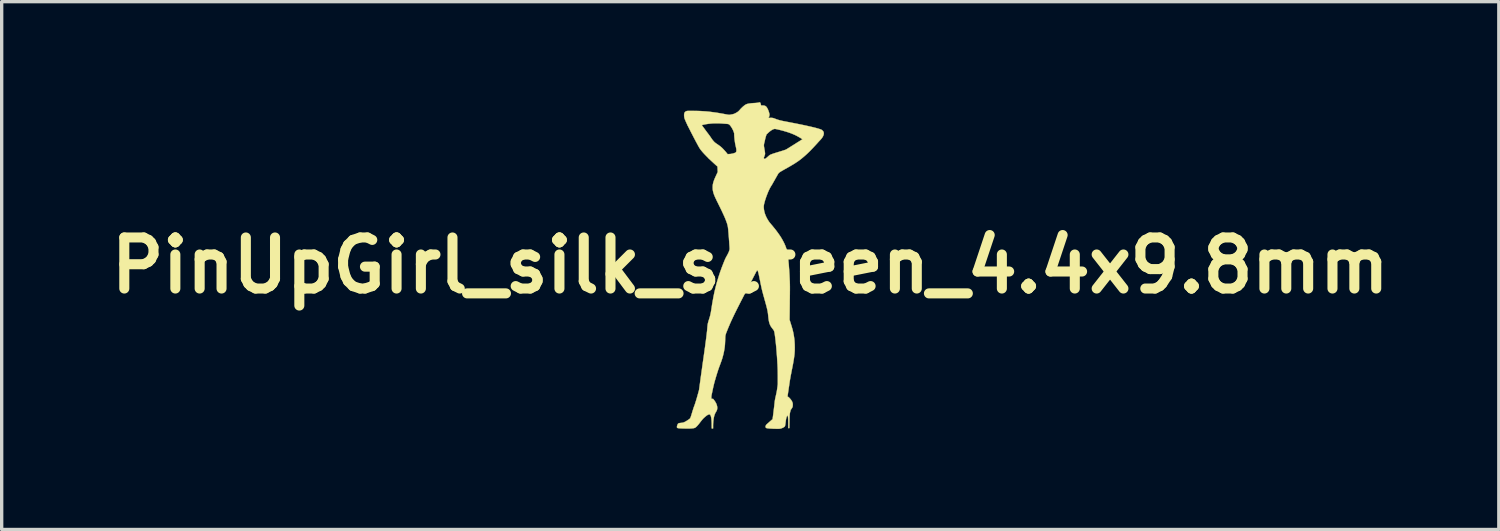
<source format=kicad_pcb>
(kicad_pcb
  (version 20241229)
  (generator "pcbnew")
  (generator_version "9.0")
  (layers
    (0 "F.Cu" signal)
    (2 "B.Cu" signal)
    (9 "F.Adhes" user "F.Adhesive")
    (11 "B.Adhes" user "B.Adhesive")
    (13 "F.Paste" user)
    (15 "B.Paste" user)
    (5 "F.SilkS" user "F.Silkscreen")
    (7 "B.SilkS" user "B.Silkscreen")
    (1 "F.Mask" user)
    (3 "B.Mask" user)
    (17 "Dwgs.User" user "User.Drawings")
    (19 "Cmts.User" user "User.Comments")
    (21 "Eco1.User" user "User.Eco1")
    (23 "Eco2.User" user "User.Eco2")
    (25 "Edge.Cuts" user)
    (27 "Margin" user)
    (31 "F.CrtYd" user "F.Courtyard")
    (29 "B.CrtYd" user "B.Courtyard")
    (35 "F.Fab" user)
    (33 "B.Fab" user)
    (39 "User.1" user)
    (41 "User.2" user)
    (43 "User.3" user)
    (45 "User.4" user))
  (footprint "PinUpGirl_silk_screen_4.4x9.8mm"
    (layer "F.Cu")
    (at 19.348 4.874)
    (property "Reference" "PinUpGirl_silk_screen_4.4x9.8mm" (at 0 0 0) (layer "F.SilkS") (effects (font (size 1.524 1.524) (thickness 0.3))))
    (attr through_hole)
    (fp_poly (pts (xy 0.279 -4.868) (xy 0.283 -4.866) (xy 0.29 -4.863) (xy 0.296 -4.86) (xy 0.3 -4.856) (xy 0.303 -4.85) (xy 0.306 -4.841) (xy 0.309 -4.828) (xy 0.31 -4.824) (xy 0.315 -4.806) (xy 0.319 -4.793) (xy 0.323 -4.783) (xy 0.327 -4.777) (xy 0.333 -4.773) (xy 0.339 -4.772) (xy 0.345 -4.773) (xy 0.366 -4.776) (xy 0.389 -4.775) (xy 0.411 -4.772) (xy 0.432 -4.767) (xy 0.45 -4.76) (xy 0.454 -4.757) (xy 0.471 -4.745) (xy 0.487 -4.727) (xy 0.502 -4.705) (xy 0.517 -4.677) (xy 0.527 -4.657) (xy 0.536 -4.636) (xy 0.544 -4.613) (xy 0.552 -4.59) (xy 0.56 -4.567) (xy 0.566 -4.545) (xy 0.57 -4.526) (xy 0.573 -4.511) (xy 0.573 -4.508) (xy 0.573 -4.492) (xy 0.57 -4.472) (xy 0.564 -4.449) (xy 0.555 -4.425) (xy 0.552 -4.415) (xy 0.549 -4.407) (xy 0.547 -4.402) (xy 0.547 -4.401) (xy 0.55 -4.401) (xy 0.555 -4.402) (xy 0.559 -4.403) (xy 0.565 -4.404) (xy 0.576 -4.405) (xy 0.589 -4.405) (xy 0.603 -4.406) (xy 0.612 -4.406) (xy 0.632 -4.406) (xy 0.648 -4.405) (xy 0.663 -4.403) (xy 0.678 -4.401) (xy 0.693 -4.397) (xy 0.71 -4.391) (xy 0.73 -4.384) (xy 0.744 -4.378) (xy 0.771 -4.368) (xy 0.798 -4.358) (xy 0.825 -4.349) (xy 0.852 -4.341) (xy 0.882 -4.333) (xy 0.913 -4.325) (xy 0.947 -4.317) (xy 0.985 -4.309) (xy 1.027 -4.301) (xy 1.034 -4.3) (xy 1.053 -4.296) (xy 1.076 -4.291) (xy 1.103 -4.286) (xy 1.132 -4.281) (xy 1.162 -4.275) (xy 1.194 -4.268) (xy 1.225 -4.262) (xy 1.256 -4.256) (xy 1.27 -4.254) (xy 1.355 -4.237) (xy 1.437 -4.221) (xy 1.514 -4.205) (xy 1.587 -4.19) (xy 1.656 -4.175) (xy 1.721 -4.161) (xy 1.781 -4.147) (xy 1.838 -4.134) (xy 1.889 -4.122) (xy 1.936 -4.11) (xy 1.979 -4.099) (xy 2.017 -4.088) (xy 2.05 -4.078) (xy 2.078 -4.069) (xy 2.102 -4.061) (xy 2.12 -4.053) (xy 2.129 -4.049) (xy 2.14 -4.042) (xy 2.151 -4.032) (xy 2.162 -4.021) (xy 2.172 -4.01) (xy 2.18 -4) (xy 2.182 -3.996) (xy 2.191 -3.974) (xy 2.195 -3.949) (xy 2.194 -3.924) (xy 2.188 -3.897) (xy 2.177 -3.868) (xy 2.162 -3.838) (xy 2.141 -3.807) (xy 2.116 -3.775) (xy 2.086 -3.741) (xy 2.081 -3.736) (xy 2.072 -3.727) (xy 2.061 -3.715) (xy 2.048 -3.701) (xy 2.033 -3.685) (xy 2.018 -3.668) (xy 2.002 -3.65) (xy 1.992 -3.639) (xy 1.937 -3.579) (xy 1.884 -3.522) (xy 1.834 -3.47) (xy 1.786 -3.42) (xy 1.739 -3.374) (xy 1.694 -3.331) (xy 1.65 -3.291) (xy 1.607 -3.253) (xy 1.564 -3.217) (xy 1.522 -3.182) (xy 1.503 -3.167) (xy 1.476 -3.147) (xy 1.449 -3.127) (xy 1.421 -3.107) (xy 1.392 -3.088) (xy 1.362 -3.068) (xy 1.331 -3.047) (xy 1.297 -3.026) (xy 1.26 -3.004) (xy 1.221 -2.981) (xy 1.179 -2.956) (xy 1.133 -2.93) (xy 1.083 -2.901) (xy 1.051 -2.884) (xy 1.017 -2.865) (xy 0.987 -2.848) (xy 0.962 -2.833) (xy 0.939 -2.82) (xy 0.92 -2.809) (xy 0.904 -2.799) (xy 0.89 -2.79) (xy 0.878 -2.782) (xy 0.869 -2.775) (xy 0.861 -2.768) (xy 0.854 -2.762) (xy 0.848 -2.757) (xy 0.845 -2.753) (xy 0.841 -2.747) (xy 0.835 -2.739) (xy 0.828 -2.727) (xy 0.82 -2.713) (xy 0.81 -2.696) (xy 0.798 -2.675) (xy 0.784 -2.65) (xy 0.768 -2.622) (xy 0.749 -2.589) (xy 0.745 -2.581) (xy 0.73 -2.553) (xy 0.714 -2.527) (xy 0.7 -2.501) (xy 0.686 -2.477) (xy 0.673 -2.454) (xy 0.662 -2.434) (xy 0.652 -2.417) (xy 0.644 -2.403) (xy 0.637 -2.393) (xy 0.634 -2.388) (xy 0.615 -2.358) (xy 0.595 -2.323) (xy 0.575 -2.285) (xy 0.555 -2.243) (xy 0.535 -2.199) (xy 0.516 -2.152) (xy 0.497 -2.104) (xy 0.479 -2.055) (xy 0.462 -2.006) (xy 0.446 -1.957) (xy 0.432 -1.91) (xy 0.42 -1.863) (xy 0.419 -1.861) (xy 0.412 -1.832) (xy 0.407 -1.806) (xy 0.404 -1.782) (xy 0.402 -1.758) (xy 0.402 -1.735) (xy 0.404 -1.71) (xy 0.407 -1.681) (xy 0.408 -1.671) (xy 0.417 -1.618) (xy 0.431 -1.564) (xy 0.45 -1.509) (xy 0.474 -1.454) (xy 0.502 -1.399) (xy 0.528 -1.355) (xy 0.537 -1.34) (xy 0.546 -1.327) (xy 0.554 -1.314) (xy 0.563 -1.302) (xy 0.572 -1.289) (xy 0.583 -1.276) (xy 0.596 -1.26) (xy 0.611 -1.242) (xy 0.628 -1.221) (xy 0.629 -1.22) (xy 0.651 -1.195) (xy 0.669 -1.173) (xy 0.685 -1.153) (xy 0.699 -1.136) (xy 0.712 -1.12) (xy 0.725 -1.105) (xy 0.736 -1.09) (xy 0.748 -1.075) (xy 0.759 -1.062) (xy 0.811 -0.992) (xy 0.86 -0.924) (xy 0.905 -0.857) (xy 0.945 -0.791) (xy 0.981 -0.726) (xy 1.013 -0.664) (xy 1.04 -0.603) (xy 1.063 -0.544) (xy 1.082 -0.487) (xy 1.083 -0.483) (xy 1.092 -0.45) (xy 1.1 -0.412) (xy 1.108 -0.37) (xy 1.116 -0.323) (xy 1.123 -0.271) (xy 1.13 -0.215) (xy 1.137 -0.155) (xy 1.143 -0.09) (xy 1.15 -0.021) (xy 1.155 0.052) (xy 1.161 0.128) (xy 1.166 0.209) (xy 1.171 0.293) (xy 1.175 0.38) (xy 1.177 0.428) (xy 1.178 0.449) (xy 1.179 0.468) (xy 1.18 0.487) (xy 1.18 0.505) (xy 1.181 0.523) (xy 1.181 0.541) (xy 1.182 0.559) (xy 1.182 0.578) (xy 1.182 0.598) (xy 1.183 0.619) (xy 1.183 0.641) (xy 1.183 0.665) (xy 1.183 0.691) (xy 1.183 0.719) (xy 1.183 0.75) (xy 1.182 0.783) (xy 1.182 0.82) (xy 1.182 0.86) (xy 1.181 0.904) (xy 1.181 0.951) (xy 1.18 1.003) (xy 1.179 1.059) (xy 1.179 1.12) (xy 1.179 1.127) (xy 1.173 1.622) (xy 1.206 1.728) (xy 1.219 1.77) (xy 1.231 1.807) (xy 1.241 1.842) (xy 1.25 1.873) (xy 1.259 1.902) (xy 1.266 1.929) (xy 1.272 1.955) (xy 1.278 1.981) (xy 1.284 2.006) (xy 1.289 2.032) (xy 1.294 2.06) (xy 1.297 2.074) (xy 1.306 2.132) (xy 1.314 2.189) (xy 1.32 2.245) (xy 1.324 2.302) (xy 1.327 2.361) (xy 1.328 2.423) (xy 1.329 2.453) (xy 1.328 2.486) (xy 1.328 2.517) (xy 1.327 2.548) (xy 1.325 2.579) (xy 1.323 2.61) (xy 1.321 2.642) (xy 1.317 2.674) (xy 1.313 2.708) (xy 1.308 2.744) (xy 1.303 2.782) (xy 1.296 2.822) (xy 1.289 2.865) (xy 1.281 2.912) (xy 1.272 2.962) (xy 1.261 3.016) (xy 1.25 3.074) (xy 1.243 3.107) (xy 1.235 3.149) (xy 1.227 3.188) (xy 1.221 3.222) (xy 1.215 3.253) (xy 1.209 3.281) (xy 1.204 3.308) (xy 1.2 3.332) (xy 1.196 3.355) (xy 1.192 3.378) (xy 1.188 3.401) (xy 1.184 3.425) (xy 1.18 3.449) (xy 1.176 3.475) (xy 1.172 3.504) (xy 1.167 3.535) (xy 1.163 3.561) (xy 1.159 3.593) (xy 1.154 3.625) (xy 1.149 3.658) (xy 1.144 3.691) (xy 1.14 3.722) (xy 1.135 3.752) (xy 1.131 3.778) (xy 1.128 3.801) (xy 1.127 3.811) (xy 1.123 3.833) (xy 1.12 3.853) (xy 1.118 3.87) (xy 1.116 3.885) (xy 1.114 3.897) (xy 1.113 3.905) (xy 1.113 3.909) (xy 1.113 3.909) (xy 1.115 3.913) (xy 1.121 3.917) (xy 1.127 3.921) (xy 1.14 3.929) (xy 1.154 3.941) (xy 1.169 3.956) (xy 1.185 3.973) (xy 1.201 3.992) (xy 1.216 4.011) (xy 1.229 4.031) (xy 1.241 4.05) (xy 1.25 4.067) (xy 1.253 4.075) (xy 1.259 4.09) (xy 1.263 4.103) (xy 1.266 4.115) (xy 1.268 4.126) (xy 1.269 4.14) (xy 1.269 4.157) (xy 1.269 4.161) (xy 1.268 4.181) (xy 1.267 4.198) (xy 1.265 4.212) (xy 1.261 4.225) (xy 1.255 4.238) (xy 1.252 4.246) (xy 1.248 4.252) (xy 1.242 4.262) (xy 1.235 4.273) (xy 1.227 4.285) (xy 1.219 4.296) (xy 1.212 4.305) (xy 1.211 4.306) (xy 1.209 4.311) (xy 1.205 4.321) (xy 1.201 4.334) (xy 1.197 4.349) (xy 1.193 4.366) (xy 1.188 4.385) (xy 1.185 4.403) (xy 1.181 4.42) (xy 1.18 4.432) (xy 1.178 4.448) (xy 1.177 4.467) (xy 1.175 4.489) (xy 1.174 4.516) (xy 1.173 4.546) (xy 1.172 4.581) (xy 1.171 4.62) (xy 1.17 4.663) (xy 1.169 4.712) (xy 1.169 4.727) (xy 1.167 4.856) (xy 1.151 4.856) (xy 1.135 4.857) (xy 1.135 4.762) (xy 1.135 4.727) (xy 1.135 4.693) (xy 1.134 4.661) (xy 1.134 4.631) (xy 1.133 4.604) (xy 1.131 4.58) (xy 1.13 4.56) (xy 1.129 4.544) (xy 1.128 4.537) (xy 1.126 4.523) (xy 1.124 4.509) (xy 1.121 4.496) (xy 1.119 4.484) (xy 1.117 4.476) (xy 1.116 4.472) (xy 1.115 4.471) (xy 1.113 4.473) (xy 1.11 4.479) (xy 1.105 4.487) (xy 1.099 4.497) (xy 1.098 4.498) (xy 1.092 4.509) (xy 1.087 4.519) (xy 1.083 4.529) (xy 1.079 4.541) (xy 1.075 4.553) (xy 1.072 4.568) (xy 1.069 4.585) (xy 1.065 4.605) (xy 1.062 4.629) (xy 1.058 4.657) (xy 1.056 4.676) (xy 1.052 4.704) (xy 1.049 4.728) (xy 1.046 4.747) (xy 1.044 4.763) (xy 1.041 4.775) (xy 1.039 4.786) (xy 1.036 4.793) (xy 1.034 4.8) (xy 1.031 4.805) (xy 1.027 4.809) (xy 1.023 4.813) (xy 1.019 4.817) (xy 1.004 4.828) (xy 0.985 4.839) (xy 0.963 4.85) (xy 0.939 4.859) (xy 0.914 4.867) (xy 0.89 4.873) (xy 0.879 4.875) (xy 0.87 4.876) (xy 0.857 4.876) (xy 0.841 4.877) (xy 0.821 4.877) (xy 0.8 4.877) (xy 0.776 4.877) (xy 0.752 4.876) (xy 0.728 4.876) (xy 0.704 4.875) (xy 0.697 4.875) (xy 0.665 4.873) (xy 0.633 4.871) (xy 0.604 4.87) (xy 0.576 4.868) (xy 0.551 4.865) (xy 0.53 4.863) (xy 0.512 4.861) (xy 0.498 4.859) (xy 0.49 4.857) (xy 0.475 4.851) (xy 0.464 4.841) (xy 0.458 4.83) (xy 0.455 4.815) (xy 0.456 4.811) (xy 0.458 4.797) (xy 0.464 4.781) (xy 0.471 4.767) (xy 0.479 4.756) (xy 0.482 4.752) (xy 0.489 4.746) (xy 0.499 4.737) (xy 0.511 4.726) (xy 0.525 4.713) (xy 0.542 4.699) (xy 0.559 4.683) (xy 0.576 4.668) (xy 0.667 4.588) (xy 0.674 4.535) (xy 0.679 4.498) (xy 0.684 4.46) (xy 0.689 4.421) (xy 0.694 4.382) (xy 0.698 4.343) (xy 0.703 4.306) (xy 0.707 4.271) (xy 0.711 4.238) (xy 0.715 4.208) (xy 0.718 4.181) (xy 0.72 4.159) (xy 0.721 4.148) (xy 0.725 4.117) (xy 0.728 4.091) (xy 0.73 4.067) (xy 0.733 4.046) (xy 0.736 4.027) (xy 0.739 4.008) (xy 0.743 3.988) (xy 0.747 3.968) (xy 0.752 3.945) (xy 0.758 3.919) (xy 0.764 3.889) (xy 0.765 3.888) (xy 0.772 3.855) (xy 0.778 3.826) (xy 0.784 3.8) (xy 0.789 3.775) (xy 0.793 3.752) (xy 0.797 3.728) (xy 0.801 3.703) (xy 0.805 3.676) (xy 0.809 3.646) (xy 0.814 3.612) (xy 0.815 3.603) (xy 0.822 3.547) (xy 0.822 3.352) (xy 0.822 3.311) (xy 0.822 3.274) (xy 0.821 3.241) (xy 0.821 3.21) (xy 0.821 3.182) (xy 0.82 3.155) (xy 0.82 3.128) (xy 0.819 3.102) (xy 0.818 3.074) (xy 0.817 3.045) (xy 0.815 3.014) (xy 0.814 2.979) (xy 0.812 2.94) (xy 0.811 2.938) (xy 0.808 2.876) (xy 0.804 2.812) (xy 0.8 2.747) (xy 0.795 2.681) (xy 0.79 2.615) (xy 0.785 2.551) (xy 0.78 2.488) (xy 0.775 2.429) (xy 0.769 2.373) (xy 0.767 2.352) (xy 0.761 2.293) (xy 0.755 2.239) (xy 0.749 2.19) (xy 0.744 2.145) (xy 0.738 2.105) (xy 0.734 2.071) (xy 0.729 2.041) (xy 0.725 2.015) (xy 0.721 1.995) (xy 0.718 1.98) (xy 0.716 1.975) (xy 0.712 1.963) (xy 0.708 1.952) (xy 0.703 1.942) (xy 0.697 1.931) (xy 0.689 1.919) (xy 0.678 1.905) (xy 0.665 1.889) (xy 0.659 1.88) (xy 0.64 1.856) (xy 0.624 1.833) (xy 0.609 1.81) (xy 0.597 1.786) (xy 0.586 1.762) (xy 0.576 1.736) (xy 0.568 1.708) (xy 0.56 1.678) (xy 0.554 1.645) (xy 0.548 1.608) (xy 0.543 1.568) (xy 0.538 1.523) (xy 0.537 1.513) (xy 0.534 1.484) (xy 0.531 1.456) (xy 0.528 1.43) (xy 0.524 1.404) (xy 0.52 1.378) (xy 0.515 1.351) (xy 0.509 1.323) (xy 0.502 1.294) (xy 0.495 1.263) (xy 0.486 1.228) (xy 0.476 1.191) (xy 0.465 1.151) (xy 0.453 1.106) (xy 0.447 1.085) (xy 0.433 1.036) (xy 0.421 0.992) (xy 0.41 0.951) (xy 0.399 0.914) (xy 0.39 0.881) (xy 0.382 0.85) (xy 0.374 0.821) (xy 0.367 0.793) (xy 0.36 0.768) (xy 0.354 0.743) (xy 0.348 0.718) (xy 0.342 0.693) (xy 0.337 0.668) (xy 0.331 0.642) (xy 0.325 0.614) (xy 0.319 0.585) (xy 0.312 0.553) (xy 0.305 0.518) (xy 0.298 0.48) (xy 0.292 0.452) (xy 0.283 0.409) (xy 0.275 0.371) (xy 0.269 0.338) (xy 0.262 0.308) (xy 0.257 0.282) (xy 0.252 0.259) (xy 0.247 0.24) (xy 0.243 0.223) (xy 0.239 0.209) (xy 0.236 0.196) (xy 0.233 0.186) (xy 0.232 0.184) (xy 0.227 0.171) (xy 0.224 0.161) (xy 0.221 0.155) (xy 0.217 0.152) (xy 0.214 0.15) (xy 0.21 0.15) (xy 0.202 0.151) (xy 0.198 0.154) (xy 0.196 0.156) (xy 0.194 0.159) (xy 0.192 0.164) (xy 0.188 0.17) (xy 0.184 0.178) (xy 0.178 0.188) (xy 0.171 0.201) (xy 0.163 0.216) (xy 0.154 0.234) (xy 0.143 0.255) (xy 0.13 0.28) (xy 0.116 0.308) (xy 0.099 0.339) (xy 0.081 0.375) (xy 0.061 0.414) (xy 0.046 0.443) (xy 0.027 0.479) (xy 0.008 0.517) (xy -0.013 0.556) (xy -0.034 0.597) (xy -0.055 0.638) (xy -0.076 0.678) (xy -0.096 0.717) (xy -0.115 0.754) (xy -0.133 0.788) (xy -0.148 0.818) (xy -0.15 0.821) (xy -0.196 0.908) (xy -0.239 0.992) (xy -0.28 1.071) (xy -0.318 1.146) (xy -0.354 1.217) (xy -0.388 1.284) (xy -0.42 1.348) (xy -0.45 1.408) (xy -0.478 1.465) (xy -0.503 1.518) (xy -0.527 1.568) (xy -0.549 1.616) (xy -0.57 1.66) (xy -0.582 1.688) (xy -0.595 1.716) (xy -0.608 1.746) (xy -0.621 1.777) (xy -0.634 1.808) (xy -0.648 1.84) (xy -0.661 1.872) (xy -0.674 1.903) (xy -0.685 1.932) (xy -0.696 1.959) (xy -0.706 1.984) (xy -0.715 2.006) (xy -0.722 2.025) (xy -0.727 2.04) (xy -0.728 2.042) (xy -0.732 2.057) (xy -0.736 2.07) (xy -0.739 2.082) (xy -0.742 2.094) (xy -0.744 2.106) (xy -0.745 2.12) (xy -0.746 2.136) (xy -0.747 2.154) (xy -0.748 2.176) (xy -0.749 2.202) (xy -0.749 2.215) (xy -0.751 2.263) (xy -0.753 2.307) (xy -0.755 2.348) (xy -0.758 2.387) (xy -0.762 2.425) (xy -0.767 2.462) (xy -0.773 2.501) (xy -0.778 2.528) (xy -0.785 2.57) (xy -0.794 2.611) (xy -0.803 2.651) (xy -0.813 2.691) (xy -0.824 2.732) (xy -0.836 2.774) (xy -0.85 2.818) (xy -0.866 2.864) (xy -0.884 2.914) (xy -0.904 2.967) (xy -0.909 2.982) (xy -0.934 3.048) (xy -0.958 3.117) (xy -0.981 3.189) (xy -1.005 3.265) (xy -1.029 3.345) (xy -1.041 3.387) (xy -1.05 3.418) (xy -1.058 3.445) (xy -1.065 3.47) (xy -1.071 3.493) (xy -1.077 3.514) (xy -1.082 3.535) (xy -1.087 3.556) (xy -1.092 3.577) (xy -1.098 3.599) (xy -1.103 3.623) (xy -1.109 3.649) (xy -1.115 3.678) (xy -1.122 3.711) (xy -1.13 3.748) (xy -1.132 3.756) (xy -1.138 3.786) (xy -1.143 3.812) (xy -1.148 3.834) (xy -1.152 3.852) (xy -1.155 3.867) (xy -1.157 3.88) (xy -1.159 3.89) (xy -1.16 3.899) (xy -1.161 3.907) (xy -1.161 3.914) (xy -1.162 3.921) (xy -1.162 3.928) (xy -1.162 3.931) (xy -1.162 3.948) (xy -1.161 3.96) (xy -1.159 3.969) (xy -1.156 3.976) (xy -1.152 3.982) (xy -1.144 3.987) (xy -1.135 3.988) (xy -1.125 3.983) (xy -1.125 3.983) (xy -1.122 3.981) (xy -1.119 3.979) (xy -1.116 3.98) (xy -1.112 3.982) (xy -1.107 3.988) (xy -1.1 3.996) (xy -1.091 4.007) (xy -1.089 4.01) (xy -1.06 4.048) (xy -1.036 4.086) (xy -1.016 4.124) (xy -1.002 4.16) (xy -0.992 4.196) (xy -0.986 4.231) (xy -0.986 4.25) (xy -0.987 4.277) (xy -0.991 4.302) (xy -0.999 4.325) (xy -1.01 4.349) (xy -1.023 4.372) (xy -1.03 4.383) (xy -1.037 4.395) (xy -1.043 4.405) (xy -1.045 4.41) (xy -1.059 4.441) (xy -1.071 4.476) (xy -1.082 4.516) (xy -1.091 4.56) (xy -1.098 4.607) (xy -1.104 4.658) (xy -1.108 4.712) (xy -1.11 4.769) (xy -1.11 4.806) (xy -1.11 4.867) (xy -1.13 4.867) (xy -1.15 4.866) (xy -1.152 4.766) (xy -1.152 4.718) (xy -1.154 4.675) (xy -1.156 4.636) (xy -1.159 4.602) (xy -1.162 4.571) (xy -1.166 4.545) (xy -1.171 4.521) (xy -1.176 4.501) (xy -1.182 4.484) (xy -1.187 4.473) (xy -1.194 4.461) (xy -1.201 4.453) (xy -1.209 4.449) (xy -1.219 4.447) (xy -1.224 4.447) (xy -1.238 4.449) (xy -1.252 4.453) (xy -1.268 4.461) (xy -1.286 4.471) (xy -1.306 4.485) (xy -1.329 4.503) (xy -1.354 4.524) (xy -1.375 4.543) (xy -1.39 4.557) (xy -1.404 4.571) (xy -1.418 4.586) (xy -1.432 4.602) (xy -1.447 4.62) (xy -1.464 4.641) (xy -1.475 4.656) (xy -1.487 4.671) (xy -1.499 4.686) (xy -1.51 4.701) (xy -1.52 4.714) (xy -1.527 4.723) (xy -1.546 4.746) (xy -1.565 4.768) (xy -1.583 4.789) (xy -1.601 4.807) (xy -1.617 4.822) (xy -1.632 4.835) (xy -1.645 4.843) (xy -1.649 4.845) (xy -1.663 4.851) (xy -1.68 4.856) (xy -1.701 4.86) (xy -1.727 4.863) (xy -1.756 4.866) (xy -1.79 4.868) (xy -1.828 4.869) (xy -1.87 4.869) (xy -1.918 4.869) (xy -1.927 4.869) (xy -1.969 4.868) (xy -2.007 4.867) (xy -2.04 4.866) (xy -2.069 4.865) (xy -2.094 4.863) (xy -2.115 4.862) (xy -2.133 4.86) (xy -2.148 4.858) (xy -2.16 4.856) (xy -2.17 4.853) (xy -2.177 4.85) (xy -2.182 4.846) (xy -2.186 4.842) (xy -2.187 4.839) (xy -2.189 4.829) (xy -2.189 4.817) (xy -2.187 4.801) (xy -2.183 4.784) (xy -2.177 4.767) (xy -2.17 4.75) (xy -2.167 4.743) (xy -2.162 4.733) (xy -2.156 4.725) (xy -2.149 4.719) (xy -2.14 4.714) (xy -2.129 4.71) (xy -2.115 4.707) (xy -2.097 4.704) (xy -2.076 4.702) (xy -2.065 4.701) (xy -2.041 4.698) (xy -2.021 4.695) (xy -2.003 4.691) (xy -1.987 4.686) (xy -1.97 4.679) (xy -1.952 4.67) (xy -1.946 4.668) (xy -1.929 4.658) (xy -1.91 4.647) (xy -1.891 4.635) (xy -1.872 4.623) (xy -1.854 4.611) (xy -1.837 4.6) (xy -1.823 4.589) (xy -1.811 4.58) (xy -1.803 4.573) (xy -1.801 4.57) (xy -1.796 4.564) (xy -1.792 4.557) (xy -1.788 4.549) (xy -1.783 4.538) (xy -1.778 4.525) (xy -1.772 4.509) (xy -1.766 4.49) (xy -1.759 4.466) (xy -1.75 4.439) (xy -1.746 4.426) (xy -1.734 4.385) (xy -1.723 4.348) (xy -1.712 4.315) (xy -1.703 4.286) (xy -1.695 4.261) (xy -1.688 4.239) (xy -1.681 4.22) (xy -1.675 4.204) (xy -1.675 4.204) (xy -1.665 4.179) (xy -1.655 4.15) (xy -1.644 4.116) (xy -1.632 4.078) (xy -1.619 4.037) (xy -1.605 3.991) (xy -1.591 3.942) (xy -1.576 3.89) (xy -1.561 3.836) (xy -1.545 3.778) (xy -1.545 3.777) (xy -1.529 3.72) (xy -1.486 3.404) (xy -1.48 3.358) (xy -1.473 3.308) (xy -1.466 3.257) (xy -1.458 3.204) (xy -1.451 3.15) (xy -1.443 3.096) (xy -1.436 3.042) (xy -1.429 2.991) (xy -1.422 2.941) (xy -1.415 2.894) (xy -1.409 2.851) (xy -1.405 2.822) (xy -1.392 2.736) (xy -1.381 2.654) (xy -1.37 2.577) (xy -1.36 2.504) (xy -1.35 2.436) (xy -1.342 2.373) (xy -1.334 2.313) (xy -1.326 2.258) (xy -1.32 2.206) (xy -1.313 2.158) (xy -1.308 2.113) (xy -1.303 2.072) (xy -1.298 2.035) (xy -1.295 2) (xy -1.291 1.968) (xy -1.288 1.94) (xy -1.286 1.913) (xy -1.284 1.89) (xy -1.284 1.889) (xy -1.281 1.853) (xy -1.278 1.822) (xy -1.275 1.795) (xy -1.272 1.769) (xy -1.268 1.745) (xy -1.263 1.722) (xy -1.257 1.698) (xy -1.25 1.673) (xy -1.242 1.646) (xy -1.232 1.616) (xy -1.231 1.611) (xy -1.22 1.577) (xy -1.21 1.544) (xy -1.201 1.512) (xy -1.193 1.479) (xy -1.186 1.446) (xy -1.178 1.411) (xy -1.172 1.374) (xy -1.165 1.333) (xy -1.158 1.288) (xy -1.156 1.275) (xy -1.152 1.251) (xy -1.148 1.224) (xy -1.144 1.196) (xy -1.14 1.17) (xy -1.136 1.145) (xy -1.132 1.123) (xy -1.131 1.119) (xy -1.103 0.961) (xy -1.072 0.807) (xy -1.036 0.655) (xy -0.996 0.504) (xy -0.952 0.356) (xy -0.903 0.208) (xy -0.85 0.06) (xy -0.792 -0.087) (xy -0.776 -0.127) (xy -0.766 -0.152) (xy -0.757 -0.173) (xy -0.749 -0.191) (xy -0.742 -0.207) (xy -0.734 -0.222) (xy -0.727 -0.236) (xy -0.719 -0.252) (xy -0.71 -0.269) (xy -0.706 -0.274) (xy -0.687 -0.309) (xy -0.671 -0.34) (xy -0.657 -0.368) (xy -0.645 -0.393) (xy -0.636 -0.416) (xy -0.629 -0.436) (xy -0.623 -0.455) (xy -0.619 -0.472) (xy -0.616 -0.489) (xy -0.616 -0.493) (xy -0.616 -0.498) (xy -0.616 -0.509) (xy -0.617 -0.523) (xy -0.618 -0.541) (xy -0.619 -0.563) (xy -0.621 -0.588) (xy -0.623 -0.616) (xy -0.625 -0.646) (xy -0.627 -0.678) (xy -0.629 -0.712) (xy -0.632 -0.747) (xy -0.635 -0.782) (xy -0.637 -0.818) (xy -0.64 -0.854) (xy -0.643 -0.89) (xy -0.646 -0.925) (xy -0.648 -0.958) (xy -0.651 -0.99) (xy -0.654 -1.021) (xy -0.656 -1.048) (xy -0.658 -1.074) (xy -0.661 -1.095) (xy -0.664 -1.124) (xy -0.668 -1.15) (xy -0.672 -1.175) (xy -0.678 -1.199) (xy -0.685 -1.225) (xy -0.693 -1.253) (xy -0.701 -1.276) (xy -0.711 -1.304) (xy -0.721 -1.332) (xy -0.733 -1.362) (xy -0.745 -1.394) (xy -0.759 -1.427) (xy -0.774 -1.462) (xy -0.791 -1.499) (xy -0.809 -1.539) (xy -0.829 -1.581) (xy -0.85 -1.627) (xy -0.874 -1.676) (xy -0.899 -1.728) (xy -0.927 -1.784) (xy -0.957 -1.845) (xy -0.973 -1.879) (xy -0.995 -1.921) (xy -1.013 -1.96) (xy -1.03 -1.995) (xy -1.045 -2.027) (xy -1.058 -2.056) (xy -1.069 -2.083) (xy -1.079 -2.108) (xy -1.088 -2.131) (xy -1.095 -2.154) (xy -1.101 -2.175) (xy -1.107 -2.197) (xy -1.112 -2.218) (xy -1.116 -2.24) (xy -1.117 -2.243) (xy -1.119 -2.257) (xy -1.12 -2.276) (xy -1.121 -2.297) (xy -1.122 -2.319) (xy -1.122 -2.342) (xy -1.121 -2.365) (xy -1.12 -2.386) (xy -1.118 -2.403) (xy -1.117 -2.415) (xy -1.112 -2.438) (xy -1.107 -2.46) (xy -1.101 -2.483) (xy -1.094 -2.506) (xy -1.086 -2.53) (xy -1.076 -2.556) (xy -1.065 -2.584) (xy -1.052 -2.614) (xy -1.037 -2.647) (xy -1.02 -2.684) (xy -1.007 -2.713) (xy -0.971 -2.788) (xy -0.979 -2.953) (xy -1.028 -2.996) (xy -1.083 -3.046) (xy -1.137 -3.096) (xy -1.188 -3.143) (xy -1.236 -3.189) (xy -1.258 -3.212) (xy 0.404 -3.212) (xy 0.404 -3.201) (xy 0.408 -3.192) (xy 0.412 -3.188) (xy 0.417 -3.183) (xy 0.422 -3.181) (xy 0.428 -3.181) (xy 0.432 -3.181) (xy 0.441 -3.183) (xy 0.45 -3.187) (xy 0.462 -3.194) (xy 0.462 -3.194) (xy 0.469 -3.199) (xy 0.479 -3.207) (xy 0.491 -3.217) (xy 0.504 -3.228) (xy 0.517 -3.24) (xy 0.52 -3.242) (xy 0.533 -3.254) (xy 0.546 -3.265) (xy 0.557 -3.275) (xy 0.567 -3.283) (xy 0.574 -3.289) (xy 0.575 -3.29) (xy 0.585 -3.297) (xy 0.599 -3.304) (xy 0.615 -3.311) (xy 0.635 -3.319) (xy 0.659 -3.328) (xy 0.681 -3.336) (xy 0.69 -3.339) (xy 0.7 -3.342) (xy 0.711 -3.346) (xy 0.722 -3.349) (xy 0.735 -3.353) (xy 0.75 -3.358) (xy 0.767 -3.363) (xy 0.786 -3.369) (xy 0.809 -3.376) (xy 0.835 -3.384) (xy 0.865 -3.393) (xy 0.899 -3.404) (xy 0.913 -3.408) (xy 0.936 -3.415) (xy 0.958 -3.422) (xy 0.981 -3.429) (xy 1.002 -3.436) (xy 1.021 -3.443) (xy 1.038 -3.448) (xy 1.052 -3.453) (xy 1.062 -3.457) (xy 1.066 -3.458) (xy 1.07 -3.461) (xy 1.078 -3.466) (xy 1.09 -3.473) (xy 1.105 -3.482) (xy 1.122 -3.492) (xy 1.142 -3.505) (xy 1.164 -3.518) (xy 1.187 -3.533) (xy 1.211 -3.548) (xy 1.219 -3.553) (xy 1.247 -3.571) (xy 1.277 -3.589) (xy 1.307 -3.608) (xy 1.337 -3.627) (xy 1.367 -3.646) (xy 1.395 -3.664) (xy 1.421 -3.68) (xy 1.444 -3.694) (xy 1.457 -3.702) (xy 1.477 -3.715) (xy 1.496 -3.727) (xy 1.513 -3.737) (xy 1.527 -3.747) (xy 1.539 -3.754) (xy 1.548 -3.76) (xy 1.554 -3.764) (xy 1.556 -3.765) (xy 1.555 -3.767) (xy 1.55 -3.772) (xy 1.541 -3.778) (xy 1.53 -3.786) (xy 1.515 -3.795) (xy 1.499 -3.806) (xy 1.48 -3.817) (xy 1.459 -3.828) (xy 1.438 -3.841) (xy 1.416 -3.853) (xy 1.394 -3.865) (xy 1.372 -3.876) (xy 1.351 -3.887) (xy 1.349 -3.888) (xy 1.298 -3.911) (xy 1.243 -3.934) (xy 1.183 -3.957) (xy 1.118 -3.979) (xy 1.05 -4) (xy 0.977 -4.021) (xy 0.901 -4.041) (xy 0.893 -4.043) (xy 0.859 -4.051) (xy 0.83 -4.058) (xy 0.805 -4.064) (xy 0.784 -4.068) (xy 0.766 -4.072) (xy 0.752 -4.074) (xy 0.741 -4.076) (xy 0.732 -4.076) (xy 0.727 -4.076) (xy 0.706 -4.072) (xy 0.683 -4.064) (xy 0.657 -4.051) (xy 0.63 -4.035) (xy 0.602 -4.015) (xy 0.572 -3.992) (xy 0.541 -3.965) (xy 0.517 -3.942) (xy 0.484 -3.91) (xy 0.472 -3.872) (xy 0.463 -3.843) (xy 0.456 -3.819) (xy 0.45 -3.797) (xy 0.445 -3.776) (xy 0.441 -3.757) (xy 0.439 -3.751) (xy 0.437 -3.736) (xy 0.433 -3.719) (xy 0.43 -3.704) (xy 0.427 -3.696) (xy 0.422 -3.675) (xy 0.418 -3.658) (xy 0.414 -3.644) (xy 0.412 -3.633) (xy 0.41 -3.624) (xy 0.409 -3.615) (xy 0.408 -3.607) (xy 0.408 -3.597) (xy 0.407 -3.594) (xy 0.407 -3.587) (xy 0.407 -3.581) (xy 0.407 -3.575) (xy 0.407 -3.569) (xy 0.408 -3.562) (xy 0.409 -3.554) (xy 0.41 -3.543) (xy 0.412 -3.531) (xy 0.415 -3.515) (xy 0.418 -3.496) (xy 0.422 -3.473) (xy 0.425 -3.457) (xy 0.43 -3.43) (xy 0.434 -3.406) (xy 0.437 -3.383) (xy 0.439 -3.363) (xy 0.441 -3.346) (xy 0.441 -3.333) (xy 0.441 -3.327) (xy 0.439 -3.315) (xy 0.434 -3.299) (xy 0.428 -3.28) (xy 0.42 -3.258) (xy 0.413 -3.241) (xy 0.407 -3.225) (xy 0.404 -3.212) (xy -1.258 -3.212) (xy -1.281 -3.234) (xy -1.323 -3.277) (xy -1.362 -3.317) (xy -1.398 -3.356) (xy -1.43 -3.392) (xy -1.458 -3.426) (xy -1.483 -3.457) (xy -1.503 -3.486) (xy -1.507 -3.492) (xy -1.514 -3.502) (xy -1.523 -3.517) (xy -1.534 -3.536) (xy -1.547 -3.559) (xy -1.561 -3.584) (xy -1.576 -3.613) (xy -1.593 -3.644) (xy -1.611 -3.677) (xy -1.63 -3.712) (xy -1.649 -3.749) (xy -1.669 -3.787) (xy -1.69 -3.826) (xy -1.71 -3.866) (xy -1.731 -3.906) (xy -1.751 -3.945) (xy -1.772 -3.985) (xy -1.791 -4.023) (xy -1.81 -4.061) (xy -1.829 -4.097) (xy -1.846 -4.131) (xy -1.862 -4.164) (xy -1.875 -4.19) (xy -1.448 -4.19) (xy -1.446 -4.188) (xy -1.442 -4.182) (xy -1.436 -4.172) (xy -1.427 -4.16) (xy -1.416 -4.145) (xy -1.403 -4.127) (xy -1.389 -4.108) (xy -1.373 -4.087) (xy -1.357 -4.064) (xy -1.339 -4.04) (xy -1.321 -4.016) (xy -1.303 -3.991) (xy -1.284 -3.966) (xy -1.278 -3.958) (xy -1.259 -3.933) (xy -1.242 -3.911) (xy -1.228 -3.892) (xy -1.216 -3.876) (xy -1.206 -3.861) (xy -1.197 -3.848) (xy -1.188 -3.836) (xy -1.18 -3.825) (xy -1.173 -3.813) (xy -1.165 -3.801) (xy -1.164 -3.8) (xy -1.142 -3.768) (xy -1.12 -3.739) (xy -1.097 -3.712) (xy -1.075 -3.688) (xy -1.053 -3.668) (xy -1.048 -3.664) (xy -1.04 -3.658) (xy -1.029 -3.65) (xy -1.015 -3.64) (xy -1 -3.629) (xy -0.983 -3.618) (xy -0.971 -3.609) (xy -0.954 -3.598) (xy -0.937 -3.586) (xy -0.921 -3.574) (xy -0.907 -3.564) (xy -0.895 -3.555) (xy -0.889 -3.55) (xy -0.873 -3.536) (xy -0.854 -3.519) (xy -0.833 -3.5) (xy -0.812 -3.478) (xy -0.789 -3.454) (xy -0.767 -3.43) (xy -0.746 -3.406) (xy -0.725 -3.383) (xy -0.707 -3.36) (xy -0.696 -3.347) (xy -0.677 -3.322) (xy -0.641 -3.324) (xy -0.626 -3.325) (xy -0.609 -3.326) (xy -0.593 -3.327) (xy -0.581 -3.329) (xy -0.551 -3.334) (xy -0.523 -3.34) (xy -0.497 -3.347) (xy -0.475 -3.354) (xy -0.456 -3.362) (xy -0.441 -3.369) (xy -0.43 -3.377) (xy -0.427 -3.381) (xy -0.42 -3.392) (xy -0.416 -3.408) (xy -0.414 -3.427) (xy -0.414 -3.437) (xy -0.414 -3.451) (xy -0.416 -3.466) (xy -0.418 -3.483) (xy -0.421 -3.502) (xy -0.426 -3.524) (xy -0.431 -3.55) (xy -0.432 -3.552) (xy -0.437 -3.574) (xy -0.441 -3.591) (xy -0.444 -3.606) (xy -0.447 -3.619) (xy -0.45 -3.632) (xy -0.452 -3.645) (xy -0.454 -3.659) (xy -0.456 -3.673) (xy -0.46 -3.701) (xy -0.464 -3.73) (xy -0.468 -3.76) (xy -0.471 -3.79) (xy -0.474 -3.82) (xy -0.476 -3.847) (xy -0.478 -3.872) (xy -0.479 -3.895) (xy -0.48 -3.913) (xy -0.48 -3.922) (xy -0.48 -3.939) (xy -0.483 -3.955) (xy -0.484 -3.956) (xy -0.493 -3.985) (xy -0.504 -4.014) (xy -0.518 -4.045) (xy -0.533 -4.075) (xy -0.549 -4.104) (xy -0.566 -4.131) (xy -0.583 -4.156) (xy -0.599 -4.177) (xy -0.612 -4.191) (xy -0.622 -4.201) (xy -0.632 -4.209) (xy -0.641 -4.215) (xy -0.651 -4.219) (xy -0.662 -4.222) (xy -0.677 -4.224) (xy -0.696 -4.226) (xy -0.743 -4.23) (xy -0.786 -4.233) (xy -0.825 -4.236) (xy -0.862 -4.239) (xy -0.897 -4.24) (xy -0.93 -4.242) (xy -0.963 -4.242) (xy -0.996 -4.243) (xy -1.015 -4.243) (xy -1.074 -4.242) (xy -1.13 -4.24) (xy -1.184 -4.235) (xy -1.239 -4.229) (xy -1.295 -4.221) (xy -1.329 -4.216) (xy -1.341 -4.213) (xy -1.355 -4.211) (xy -1.37 -4.207) (xy -1.386 -4.204) (xy -1.402 -4.201) (xy -1.417 -4.198) (xy -1.429 -4.195) (xy -1.439 -4.192) (xy -1.446 -4.191) (xy -1.448 -4.19) (xy -1.875 -4.19) (xy -1.876 -4.194) (xy -1.89 -4.221) (xy -1.901 -4.245) (xy -1.904 -4.251) (xy -1.916 -4.277) (xy -1.927 -4.303) (xy -1.937 -4.326) (xy -1.946 -4.348) (xy -1.954 -4.367) (xy -1.96 -4.383) (xy -1.963 -4.394) (xy -1.968 -4.412) (xy -1.971 -4.433) (xy -1.974 -4.456) (xy -1.975 -4.478) (xy -1.975 -4.5) (xy -1.973 -4.519) (xy -1.971 -4.535) (xy -1.97 -4.537) (xy -1.963 -4.558) (xy -1.952 -4.576) (xy -1.937 -4.59) (xy -1.919 -4.601) (xy -1.896 -4.609) (xy -1.893 -4.61) (xy -1.889 -4.611) (xy -1.884 -4.612) (xy -1.878 -4.612) (xy -1.871 -4.613) (xy -1.862 -4.613) (xy -1.851 -4.614) (xy -1.837 -4.614) (xy -1.819 -4.614) (xy -1.798 -4.614) (xy -1.773 -4.614) (xy -1.743 -4.614) (xy -1.741 -4.614) (xy -1.654 -4.613) (xy -1.57 -4.612) (xy -1.489 -4.609) (xy -1.411 -4.604) (xy -1.334 -4.599) (xy -1.306 -4.597) (xy -1.235 -4.59) (xy -1.161 -4.581) (xy -1.085 -4.571) (xy -1.006 -4.56) (xy -0.926 -4.547) (xy -0.846 -4.533) (xy -0.776 -4.52) (xy -0.744 -4.514) (xy -0.717 -4.509) (xy -0.694 -4.505) (xy -0.675 -4.501) (xy -0.658 -4.499) (xy -0.644 -4.497) (xy -0.632 -4.496) (xy -0.622 -4.496) (xy -0.613 -4.497) (xy -0.604 -4.498) (xy -0.596 -4.499) (xy -0.587 -4.501) (xy -0.574 -4.504) (xy -0.56 -4.507) (xy -0.547 -4.509) (xy -0.521 -4.514) (xy -0.494 -4.522) (xy -0.466 -4.533) (xy -0.451 -4.54) (xy -0.416 -4.559) (xy -0.386 -4.577) (xy -0.359 -4.597) (xy -0.336 -4.619) (xy -0.317 -4.639) (xy -0.299 -4.661) (xy -0.278 -4.683) (xy -0.255 -4.706) (xy -0.232 -4.728) (xy -0.209 -4.749) (xy -0.186 -4.767) (xy -0.166 -4.783) (xy -0.159 -4.788) (xy -0.146 -4.796) (xy -0.133 -4.803) (xy -0.12 -4.81) (xy -0.106 -4.816) (xy -0.09 -4.821) (xy -0.073 -4.825) (xy -0.054 -4.829) (xy -0.032 -4.833) (xy -0.007 -4.836) (xy 0.021 -4.84) (xy 0.053 -4.843) (xy 0.088 -4.846) (xy 0.129 -4.848) (xy 0.142 -4.849) (xy 0.169 -4.851) (xy 0.192 -4.853) (xy 0.211 -4.855) (xy 0.226 -4.857) (xy 0.239 -4.859) (xy 0.249 -4.861) (xy 0.257 -4.864) (xy 0.262 -4.866) (xy 0.268 -4.869) (xy 0.273 -4.869) (xy 0.279 -4.868)) (stroke (width 0.01) (type solid)) (fill yes) (layer "F.SilkS")))
  (gr_rect
    (start -3 -3)
    (end 41.695 12.756)
    (stroke (width 0.1) (type default))
    (fill no)
    (layer "Edge.Cuts")))
</source>
